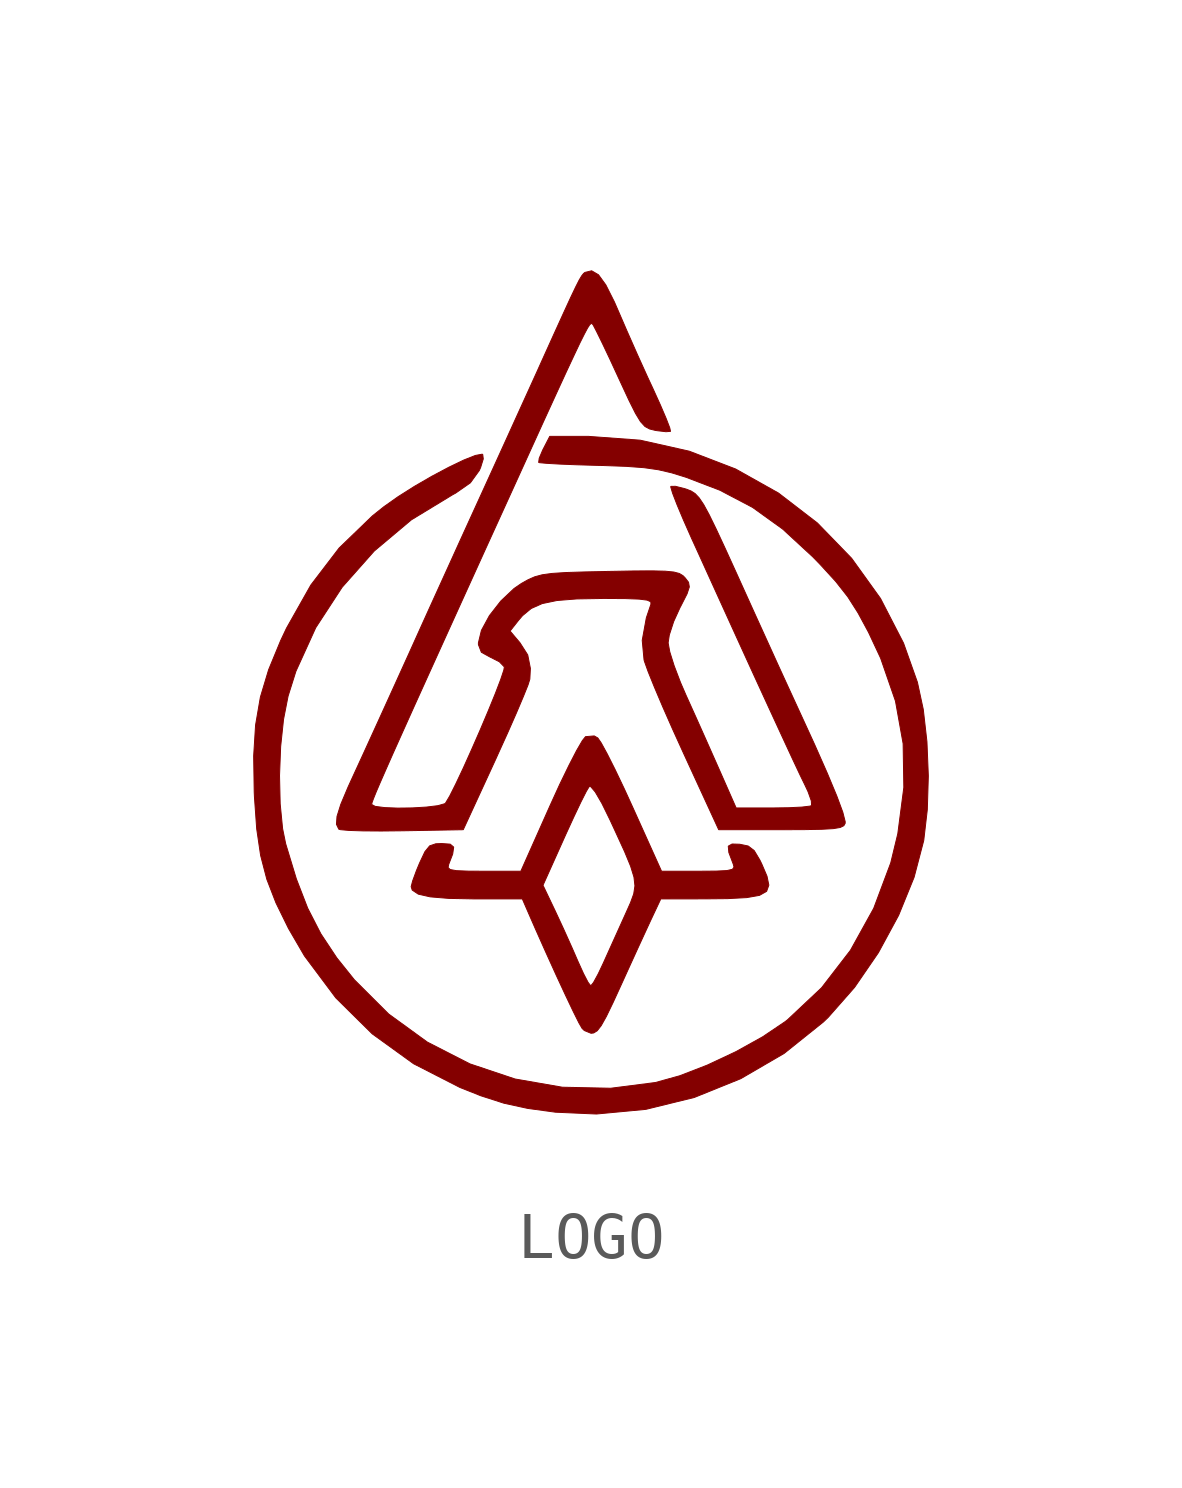
<source format=kicad_sym>
(kicad_symbol_lib
  (version 20210619)
  (generator bitmap2component)
  (symbol "LOGO"
    (pin_names
      (offset 1.016))
    (property "Reference" "#G"
      (at 0 10.118 0)
      (effects (font (size 1.27 1.27)) hide))
    (symbol "LOGO_0_0"
      (polyline (pts (xy 1.133 -8.91) (xy 2.171 -8.655) (xy 3.165 -8.253) (xy 4.094 -7.712) (xy 4.934 -7.039) (xy 5.039 -6.938) (xy 5.602 -6.298) (xy 6.112 -5.555) (xy 6.546 -4.754) (xy 6.877 -3.94) (xy 7.082 -3.158) (xy 7.085 -3.14) (xy 7.16 -2.491) (xy 7.182 -1.77) (xy 7.152 -1.036) (xy 7.074 -0.346) (xy 6.948 0.238) (xy 6.651 1.075) (xy 6.158 2.031) (xy 5.539 2.892) (xy 4.806 3.648) (xy 3.973 4.289) (xy 3.054 4.805) (xy 2.062 5.186) (xy 1.01 5.422) (xy -0.088 5.503) (xy -0.927 5.503) (xy -1.062 5.241) (xy -1.078 5.21) (xy -1.152 5.035) (xy -1.164 4.946) (xy -1.146 4.94) (xy -0.995 4.926) (xy -0.717 4.91) (xy -0.345 4.895) (xy 0.091 4.882) (xy 0.226 4.879) (xy 0.715 4.861) (xy 1.091 4.833) (xy 1.399 4.789) (xy 1.683 4.723) (xy 1.99 4.628) (xy 2.717 4.35) (xy 3.417 3.982) (xy 4.062 3.518) (xy 4.705 2.925) (xy 4.87 2.755) (xy 5.2 2.394) (xy 5.456 2.068) (xy 5.676 1.723) (xy 5.901 1.306) (xy 6.16 0.753) (xy 6.478 -0.166) (xy 6.642 -1.078) (xy 6.657 -2.015) (xy 6.528 -3.006) (xy 6.377 -3.63) (xy 6.012 -4.604) (xy 5.514 -5.503) (xy 4.895 -6.306) (xy 4.167 -6.991) (xy 4.113 -7.033) (xy 3.632 -7.357) (xy 3.059 -7.675) (xy 2.448 -7.962) (xy 1.856 -8.191) (xy 1.337 -8.335) (xy 0.379 -8.458) (xy -0.657 -8.436) (xy -1.669 -8.26) (xy -2.639 -7.935) (xy -3.549 -7.469) (xy -4.379 -6.866) (xy -5.112 -6.134) (xy -5.487 -5.666) (xy -5.829 -5.15) (xy -6.111 -4.601) (xy -6.354 -3.973) (xy -6.582 -3.222) (xy -6.648 -2.899) (xy -6.7 -2.366) (xy -6.714 -1.763) (xy -6.69 -1.142) (xy -6.628 -0.557) (xy -6.531 -0.061) (xy -6.363 0.472) (xy -5.938 1.406) (xy -5.373 2.272) (xy -4.685 3.048) (xy -3.89 3.716) (xy -3.004 4.255) (xy -2.944 4.287) (xy -2.627 4.508) (xy -2.436 4.772) (xy -2.407 4.837) (xy -2.35 5.021) (xy -2.362 5.117) (xy -2.375 5.122) (xy -2.519 5.095) (xy -2.767 4.997) (xy -3.089 4.842) (xy -3.452 4.649) (xy -3.825 4.433) (xy -4.177 4.21) (xy -4.476 3.999) (xy -4.725 3.8) (xy -5.437 3.113) (xy -6.043 2.32) (xy -6.564 1.397) (xy -6.691 1.128) (xy -6.948 0.505) (xy -7.124 -0.081) (xy -7.227 -0.679) (xy -7.268 -1.341) (xy -7.256 -2.117) (xy -7.251 -2.224) (xy -7.203 -2.903) (xy -7.119 -3.472) (xy -6.986 -3.983) (xy -6.791 -4.487) (xy -6.522 -5.036) (xy -6.18 -5.624) (xy -5.509 -6.522) (xy -4.729 -7.293) (xy -3.842 -7.934) (xy -2.853 -8.44) (xy -2.404 -8.619) (xy -1.904 -8.78) (xy -1.398 -8.89) (xy -0.804 -8.971) (xy 0.074 -9.01) (xy 1.133 -8.91)) (stroke (width 0.01)) (fill (type outline)))
      (polyline (pts (xy 0.015 -7.274) (xy 0.09 -7.227) (xy 0.175 -7.118) (xy 0.285 -6.922) (xy 0.432 -6.618) (xy 0.632 -6.181) (xy 0.765 -5.888) (xy 0.952 -5.478) (xy 1.12 -5.113) (xy 1.243 -4.847) (xy 1.452 -4.403) (xy 2.398 -4.402) (xy 2.881 -4.397) (xy 3.292 -4.375) (xy 3.566 -4.327) (xy 3.718 -4.241) (xy 3.766 -4.108) (xy 3.727 -3.918) (xy 3.617 -3.66) (xy 3.575 -3.573) (xy 3.453 -3.369) (xy 3.324 -3.27) (xy 3.142 -3.232) (xy 2.979 -3.227) (xy 2.897 -3.273) (xy 2.909 -3.408) (xy 3.005 -3.662) (xy 3.02 -3.722) (xy 2.986 -3.769) (xy 2.868 -3.796) (xy 2.638 -3.807) (xy 2.267 -3.81) (xy 1.468 -3.81) (xy 0.848 -2.434) (xy 0.671 -2.047) (xy 0.475 -1.636) (xy 0.306 -1.3) (xy 0.177 -1.064) (xy 0.103 -0.956) (xy 0.026 -0.912) (xy -0.16 -0.928) (xy -0.227 -1.011) (xy -0.353 -1.228) (xy -0.519 -1.55) (xy -0.714 -1.952) (xy -0.921 -2.406) (xy -1.546 -3.81) (xy -2.349 -3.81) (xy -2.676 -3.808) (xy -2.925 -3.798) (xy -3.059 -3.774) (xy -3.104 -3.731) (xy -3.09 -3.662) (xy -3.005 -3.441) (xy -2.984 -3.293) (xy -3.058 -3.23) (xy -3.239 -3.217) (xy -3.367 -3.222) (xy -3.499 -3.267) (xy -3.6 -3.391) (xy -3.715 -3.635) (xy -3.783 -3.799) (xy -3.863 -4.018) (xy -3.887 -4.111) (xy -1.071 -4.111) (xy -0.614 -3.092) (xy -0.583 -3.023) (xy -0.409 -2.644) (xy -0.258 -2.326) (xy -0.143 -2.099) (xy -0.081 -1.996) (xy -0.05 -1.997) (xy 0.047 -2.112) (xy 0.19 -2.357) (xy 0.366 -2.716) (xy 0.484 -2.971) (xy 0.676 -3.39) (xy 0.805 -3.702) (xy 0.877 -3.936) (xy 0.898 -4.123) (xy 0.872 -4.295) (xy 0.804 -4.482) (xy 0.7 -4.715) (xy 0.555 -5.036) (xy 0.374 -5.437) (xy 0.22 -5.779) (xy 0.111 -6.009) (xy 0.01 -6.194) (xy -0.048 -6.265) (xy -0.048 -6.265) (xy -0.105 -6.191) (xy -0.204 -6.001) (xy -0.324 -5.736) (xy -0.445 -5.458) (xy -0.633 -5.04) (xy -0.81 -4.659) (xy -1.071 -4.111) (xy -3.887 -4.111) (xy -3.895 -4.14) (xy -3.872 -4.214) (xy -3.742 -4.301) (xy -3.487 -4.359) (xy -3.091 -4.392) (xy -2.541 -4.403) (xy -1.514 -4.403) (xy -1.339 -4.805) (xy -1.237 -5.038) (xy -1.01 -5.548) (xy -0.791 -6.031) (xy -0.592 -6.46) (xy -0.425 -6.811) (xy -0.302 -7.058) (xy -0.234 -7.176) (xy -0.186 -7.222) (xy -0.042 -7.281) (xy 0.015 -7.274)) (stroke (width 0.01)) (fill (type outline)))
      (polyline (pts (xy -4.082 -2.944) (xy -2.779 -2.921) (xy -2.074 -1.39) (xy -2.045 -1.325) (xy -1.83 -0.851) (xy -1.642 -0.424) (xy -1.493 -0.072) (xy -1.392 0.179) (xy -1.353 0.304) (xy -1.341 0.534) (xy -1.398 0.823) (xy -1.565 1.084) (xy -1.776 1.334) (xy -1.593 1.566) (xy -1.509 1.664) (xy -1.324 1.817) (xy -1.088 1.922) (xy -0.772 1.988) (xy -0.346 2.022) (xy 0.218 2.032) (xy 0.261 2.032) (xy 0.696 2.029) (xy 0.988 2.018) (xy 1.16 1.996) (xy 1.237 1.961) (xy 1.241 1.91) (xy 1.142 1.617) (xy 1.054 1.135) (xy 1.093 0.716) (xy 1.102 0.684) (xy 1.18 0.466) (xy 1.315 0.132) (xy 1.494 -0.29) (xy 1.706 -0.771) (xy 1.938 -1.282) (xy 2.692 -2.921) (xy 4.033 -2.921) (xy 4.527 -2.919) (xy 4.897 -2.912) (xy 5.145 -2.898) (xy 5.295 -2.873) (xy 5.372 -2.835) (xy 5.401 -2.783) (xy 5.401 -2.747) (xy 5.35 -2.546) (xy 5.222 -2.2) (xy 5.02 -1.715) (xy 4.745 -1.093) (xy 4.399 -0.339) (xy 4.33 -0.189) (xy 4.165 0.17) (xy 3.953 0.633) (xy 3.71 1.168) (xy 3.449 1.742) (xy 3.186 2.323) (xy 3.084 2.549) (xy 2.834 3.098) (xy 2.639 3.517) (xy 2.488 3.826) (xy 2.37 4.043) (xy 2.273 4.187) (xy 2.188 4.277) (xy 2.103 4.332) (xy 2.008 4.37) (xy 1.957 4.386) (xy 1.765 4.434) (xy 1.667 4.432) (xy 1.665 4.419) (xy 1.704 4.287) (xy 1.799 4.041) (xy 1.939 3.708) (xy 2.112 3.317) (xy 2.214 3.094) (xy 2.66 2.112) (xy 3.071 1.209) (xy 3.443 0.394) (xy 3.771 -0.32) (xy 4.049 -0.923) (xy 4.272 -1.404) (xy 4.436 -1.753) (xy 4.536 -1.958) (xy 4.606 -2.108) (xy 4.676 -2.304) (xy 4.681 -2.403) (xy 4.648 -2.415) (xy 4.476 -2.436) (xy 4.195 -2.45) (xy 3.847 -2.455) (xy 3.066 -2.455) (xy 2.721 -1.672) (xy 2.643 -1.496) (xy 2.43 -1.016) (xy 2.201 -0.503) (xy 1.993 -0.042) (xy 1.874 0.233) (xy 1.737 0.593) (xy 1.644 0.89) (xy 1.609 1.081) (xy 1.634 1.249) (xy 1.727 1.536) (xy 1.863 1.835) (xy 1.893 1.892) (xy 2.015 2.132) (xy 2.063 2.279) (xy 2.046 2.379) (xy 1.97 2.477) (xy 1.927 2.52) (xy 1.849 2.567) (xy 1.731 2.598) (xy 1.547 2.616) (xy 1.271 2.623) (xy 0.877 2.621) (xy 0.34 2.611) (xy -0.19 2.6) (xy -0.59 2.587) (xy -0.879 2.568) (xy -1.089 2.539) (xy -1.248 2.496) (xy -1.387 2.435) (xy -1.535 2.352) (xy -1.691 2.245) (xy -1.974 1.978) (xy -2.219 1.664) (xy -2.39 1.349) (xy -2.455 1.08) (xy -2.454 1.042) (xy -2.391 0.879) (xy -2.2 0.774) (xy -2.199 0.774) (xy -2.006 0.676) (xy -1.899 0.566) (xy -1.91 0.498) (xy -1.977 0.297) (xy -2.092 -0.004) (xy -2.243 -0.374) (xy -2.416 -0.783) (xy -2.599 -1.201) (xy -2.777 -1.597) (xy -2.939 -1.94) (xy -3.07 -2.201) (xy -3.158 -2.349) (xy -3.175 -2.364) (xy -3.322 -2.406) (xy -3.569 -2.436) (xy -3.871 -2.454) (xy -4.185 -2.458) (xy -4.464 -2.447) (xy -4.665 -2.421) (xy -4.741 -2.38) (xy -4.741 -2.38) (xy -4.732 -2.339) (xy -4.701 -2.254) (xy -4.645 -2.115) (xy -4.559 -1.914) (xy -4.439 -1.64) (xy -4.282 -1.285) (xy -4.083 -0.841) (xy -3.838 -0.296) (xy -3.543 0.356) (xy -3.194 1.126) (xy -2.787 2.023) (xy -2.318 3.056) (xy -1.782 4.233) (xy -1.76 4.281) (xy -1.374 5.13) (xy -1.052 5.838) (xy -0.787 6.417) (xy -0.574 6.88) (xy -0.406 7.239) (xy -0.279 7.507) (xy -0.184 7.697) (xy -0.118 7.821) (xy -0.073 7.891) (xy -0.043 7.919) (xy -0.023 7.919) (xy -0.006 7.902) (xy 0.004 7.888) (xy 0.077 7.748) (xy 0.202 7.493) (xy 0.363 7.154) (xy 0.545 6.76) (xy 0.584 6.676) (xy 0.771 6.273) (xy 0.91 5.996) (xy 1.018 5.818) (xy 1.113 5.715) (xy 1.211 5.662) (xy 1.332 5.632) (xy 1.368 5.626) (xy 1.563 5.603) (xy 1.66 5.611) (xy 1.644 5.686) (xy 1.567 5.886) (xy 1.443 6.176) (xy 1.284 6.527) (xy 1.174 6.763) (xy 0.949 7.26) (xy 0.727 7.762) (xy 0.542 8.19) (xy 0.458 8.383) (xy 0.275 8.747) (xy 0.117 8.965) (xy -0.029 9.05) (xy -0.173 9.015) (xy -0.203 8.991) (xy -0.242 8.942) (xy -0.296 8.852) (xy -0.373 8.7) (xy -0.483 8.469) (xy -0.634 8.14) (xy -0.837 7.694) (xy -1.1 7.112) (xy -1.183 6.927) (xy -1.369 6.517) (xy -1.6 6.009) (xy -1.86 5.436) (xy -2.135 4.832) (xy -2.408 4.233) (xy -2.582 3.852) (xy -2.851 3.262) (xy -3.107 2.698) (xy -3.337 2.192) (xy -3.526 1.776) (xy -3.659 1.482) (xy -3.928 0.885) (xy -4.27 0.131) (xy -4.606 -0.608) (xy -4.915 -1.285) (xy -5.176 -1.853) (xy -5.245 -2.004) (xy -5.402 -2.377) (xy -5.483 -2.636) (xy -5.495 -2.805) (xy -5.445 -2.909) (xy -5.41 -2.92) (xy -5.231 -2.936) (xy -4.929 -2.946) (xy -4.536 -2.949) (xy -4.082 -2.944)) (stroke (width 0.01)) (fill (type outline))))))
</source>
